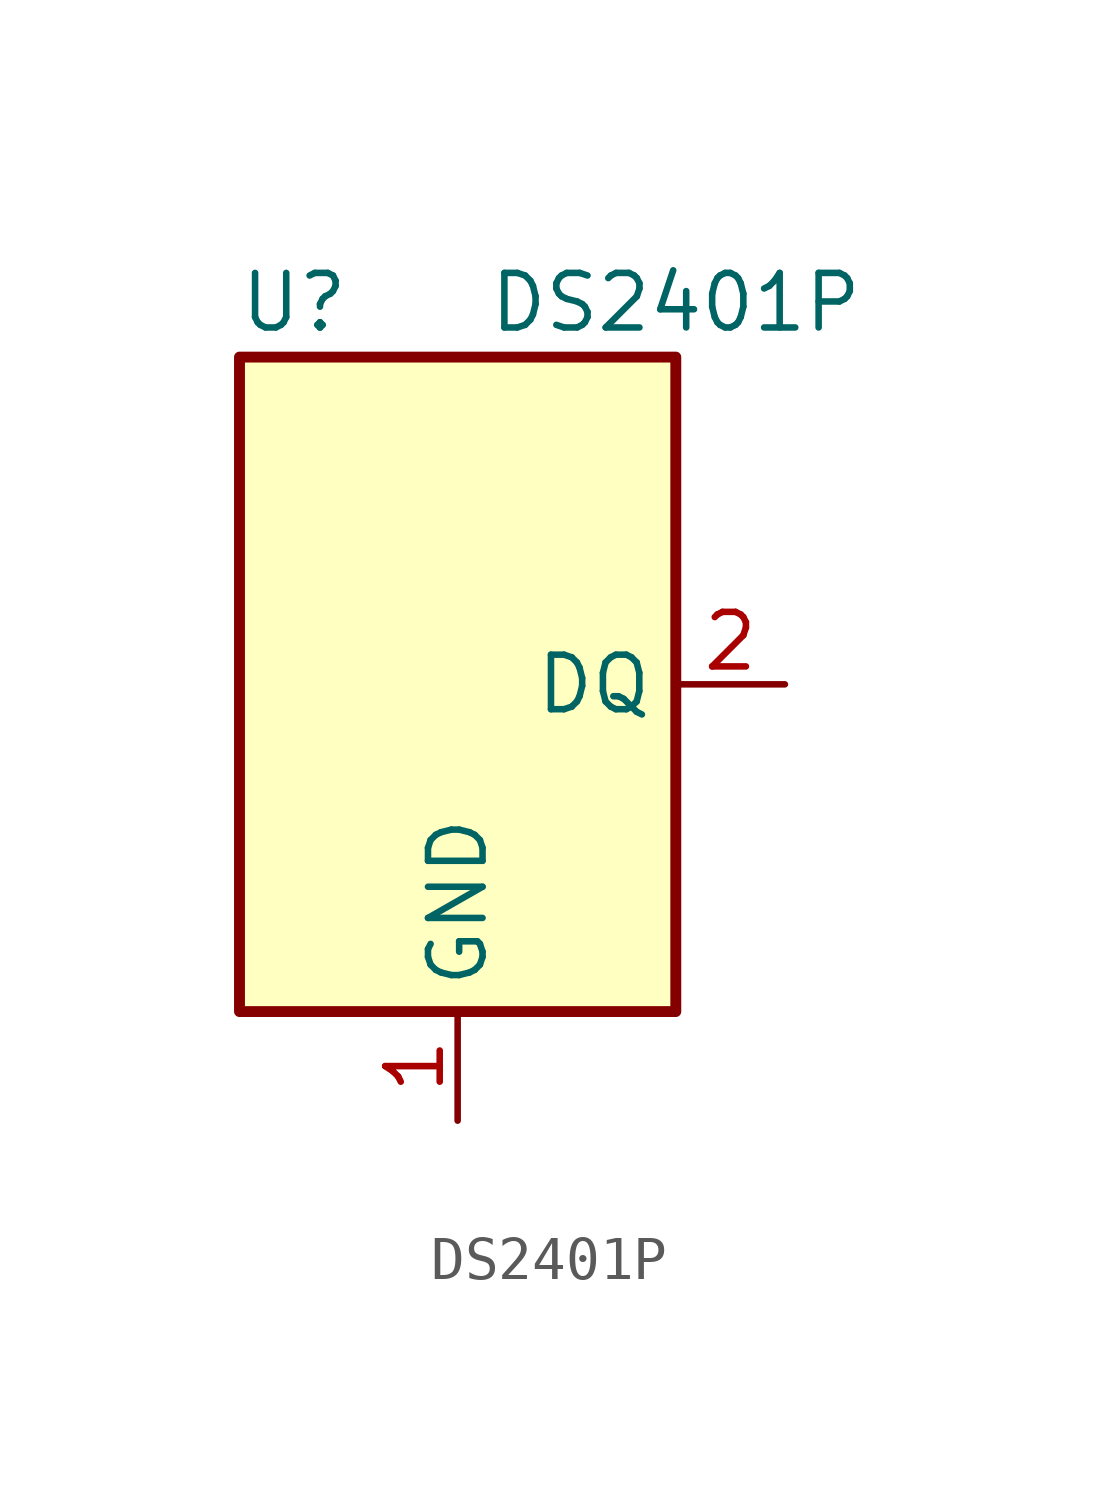
<source format=kicad_sym>
(kicad_symbol_lib
  (version 20211014)
  (generator kicad_symbol_editor)
  (symbol "DS2401P"
    (property "Reference" "U"
      (at -3.81 8.89 0)
      (effects (font (size 1.27 1.27))))
    (property "Value" "DS2401P"
      (at 5.08 8.89 0)
      (effects (font (size 1.27 1.27))))
    (symbol "DS2401P_0_1"
      (rectangle (start 5.08 -7.62) (end -5.08 7.62) (stroke (width 0.254) (type default) (color 0 0 0 0)) (fill (type background))))
    (symbol "DS2401P_1_1"
      (pin power_in line (at 0 -10.16 90) (length 2.54) (name "GND" (effects (font (size 1.27 1.27)))) (number "1" (effects (font (size 1.27 1.27)))))
      (pin bidirectional line (at 7.62 0 180) (length 2.54) (name "DQ" (effects (font (size 1.27 1.27)))) (number "2" (effects (font (size 1.27 1.27)))))
      (pin no_connect line (at -5.08 5.08 0) (length 2.54) hide (name "NC" (effects (font (size 1.27 1.27)))) (number "3" (effects (font (size 1.27 1.27)))))
      (pin no_connect line (at -5.08 2.54 0) (length 2.54) hide (name "NC" (effects (font (size 1.27 1.27)))) (number "4" (effects (font (size 1.27 1.27)))))
      (pin no_connect line (at -5.08 -2.54 0) (length 2.54) hide (name "NC" (effects (font (size 1.27 1.27)))) (number "5" (effects (font (size 1.27 1.27)))))
      (pin no_connect line (at -5.08 -5.08 0) (length 2.54) hide (name "NC" (effects (font (size 1.27 1.27)))) (number "6" (effects (font (size 1.27 1.27))))))))
</source>
